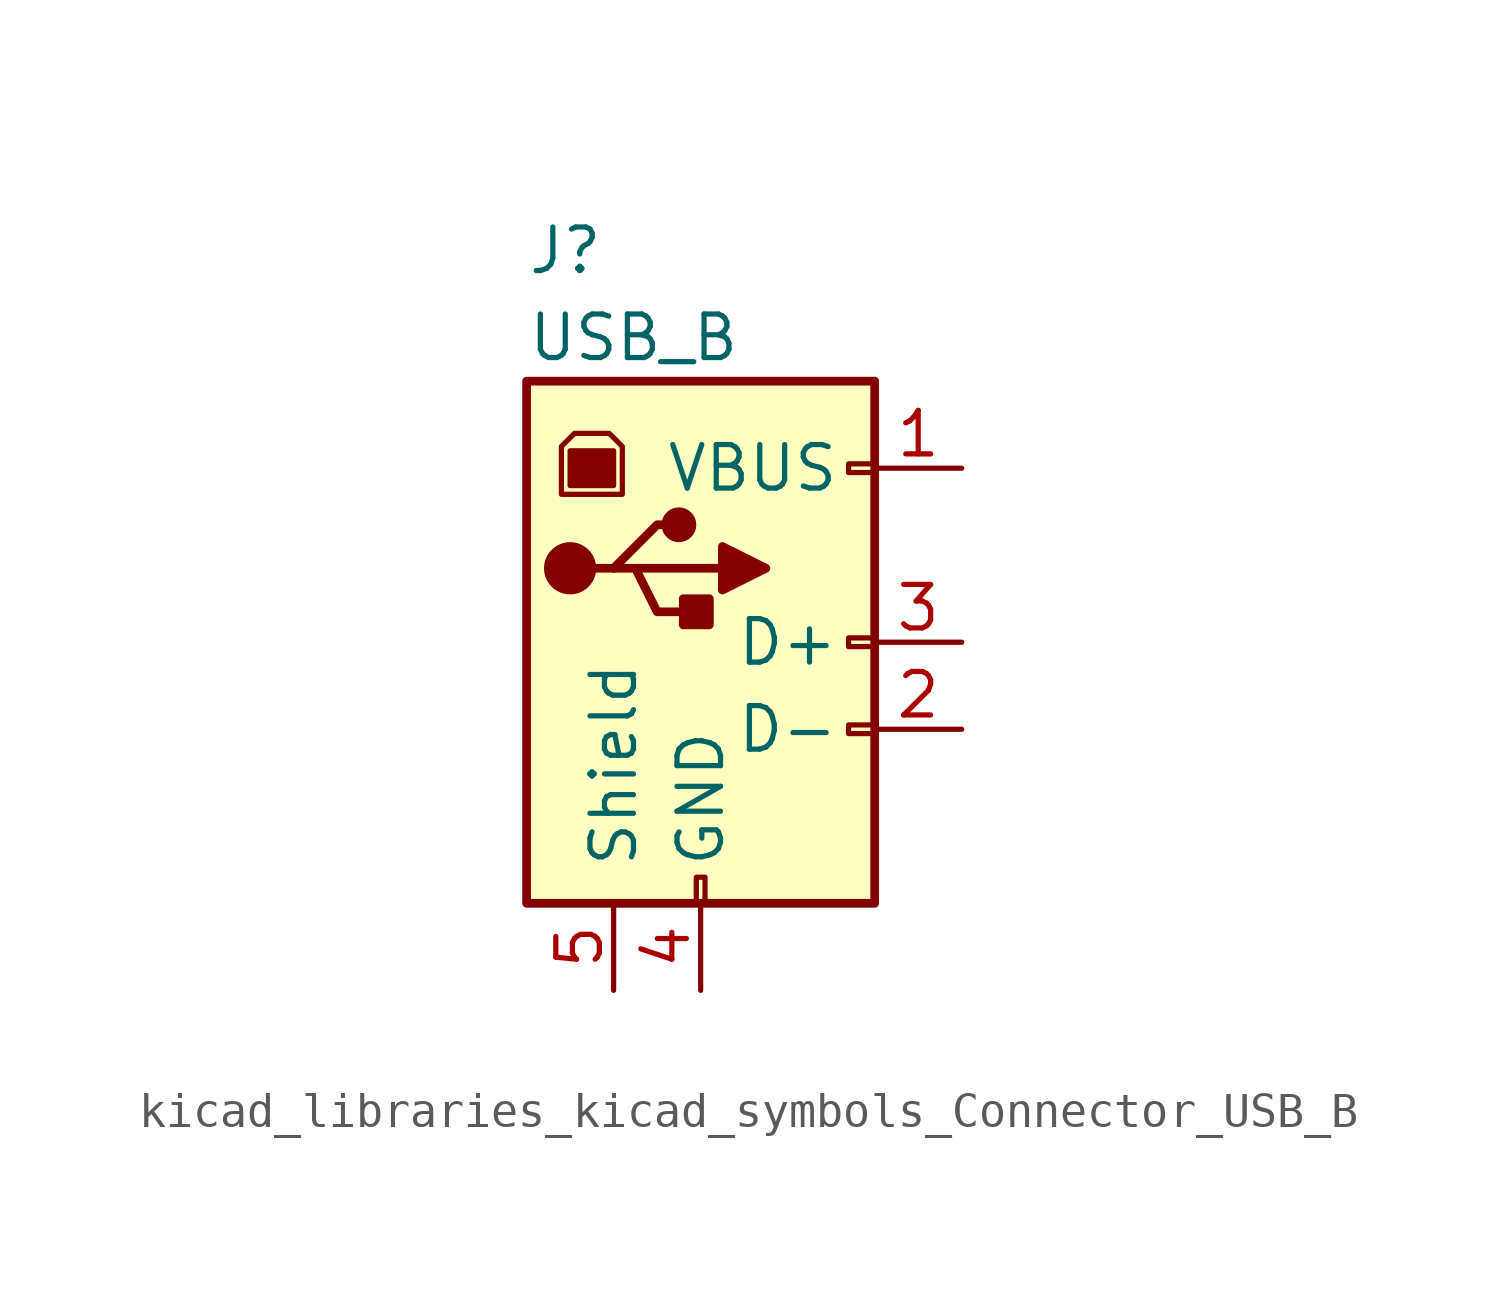
<source format=kicad_sym>
(kicad_symbol_lib
  (version 20220914)
  (generator kicad_symbol_editor)
  (symbol "kicad_libraries_kicad_symbols_Connector_USB_B"
    (pin_names
      (offset 1.016))
    (property "Reference" "J"
      (at -5.08 11.43 0)
      (effects (font (size 1.27 1.27)) (justify left)))
    (property "Value" "USB_B"
      (at -5.08 8.89 0)
      (effects (font (size 1.27 1.27)) (justify left)))
    (symbol "kicad_libraries_kicad_symbols_Connector_USB_B_0_1"
      (rectangle (start -5.08 -7.62) (end 5.08 7.62) (stroke (width 0.254) (type default)) (fill (type background)))
      (circle (center -3.81 2.159) (radius 0.635) (stroke (width 0.254) (type default)) (fill (type outline)))
      (rectangle (start -3.81 5.588) (end -2.54 4.572) (stroke (width 0) (type default)) (fill (type outline)))
      (circle (center -0.635 3.429) (radius 0.381) (stroke (width 0.254) (type default)) (fill (type outline)))
      (rectangle (start -0.127 -7.62) (end 0.127 -6.858) (stroke (width 0) (type default)) (fill (type none)))
      (polyline (pts (xy -1.905 2.159) (xy 0.635 2.159)) (stroke (width 0.254) (type default)) (fill (type none)))
      (polyline (pts (xy -3.175 2.159) (xy -2.54 2.159) (xy -1.27 3.429) (xy -0.635 3.429)) (stroke (width 0.254) (type default)) (fill (type none)))
      (polyline (pts (xy -2.54 2.159) (xy -1.905 2.159) (xy -1.27 0.889) (xy 0 0.889)) (stroke (width 0.254) (type default)) (fill (type none)))
      (polyline (pts (xy 0.635 2.794) (xy 0.635 1.524) (xy 1.905 2.159) (xy 0.635 2.794)) (stroke (width 0.254) (type default)) (fill (type outline)))
      (polyline (pts (xy -4.064 4.318) (xy -2.286 4.318) (xy -2.286 5.715) (xy -2.667 6.096) (xy -3.683 6.096) (xy -4.064 5.715) (xy -4.064 4.318)) (stroke (width 0) (type default)) (fill (type none)))
      (rectangle (start 0.254 1.27) (end -0.508 0.508) (stroke (width 0.254) (type default)) (fill (type outline)))
      (rectangle (start 5.08 -2.667) (end 4.318 -2.413) (stroke (width 0) (type default)) (fill (type none)))
      (rectangle (start 5.08 -0.127) (end 4.318 0.127) (stroke (width 0) (type default)) (fill (type none)))
      (rectangle (start 5.08 4.953) (end 4.318 5.207) (stroke (width 0) (type default)) (fill (type none))))
    (symbol "kicad_libraries_kicad_symbols_Connector_USB_B_1_1"
      (pin power_out line (at 7.62 5.08 180) (length 2.54) (name "VBUS" (effects (font (size 1.27 1.27)))) (number "1" (effects (font (size 1.27 1.27)))))
      (pin bidirectional line (at 7.62 -2.54 180) (length 2.54) (name "D-" (effects (font (size 1.27 1.27)))) (number "2" (effects (font (size 1.27 1.27)))))
      (pin bidirectional line (at 7.62 0 180) (length 2.54) (name "D+" (effects (font (size 1.27 1.27)))) (number "3" (effects (font (size 1.27 1.27)))))
      (pin power_out line (at 0 -10.16 90) (length 2.54) (name "GND" (effects (font (size 1.27 1.27)))) (number "4" (effects (font (size 1.27 1.27)))))
      (pin passive line (at -2.54 -10.16 90) (length 2.54) (name "Shield" (effects (font (size 1.27 1.27)))) (number "5" (effects (font (size 1.27 1.27))))))))
</source>
